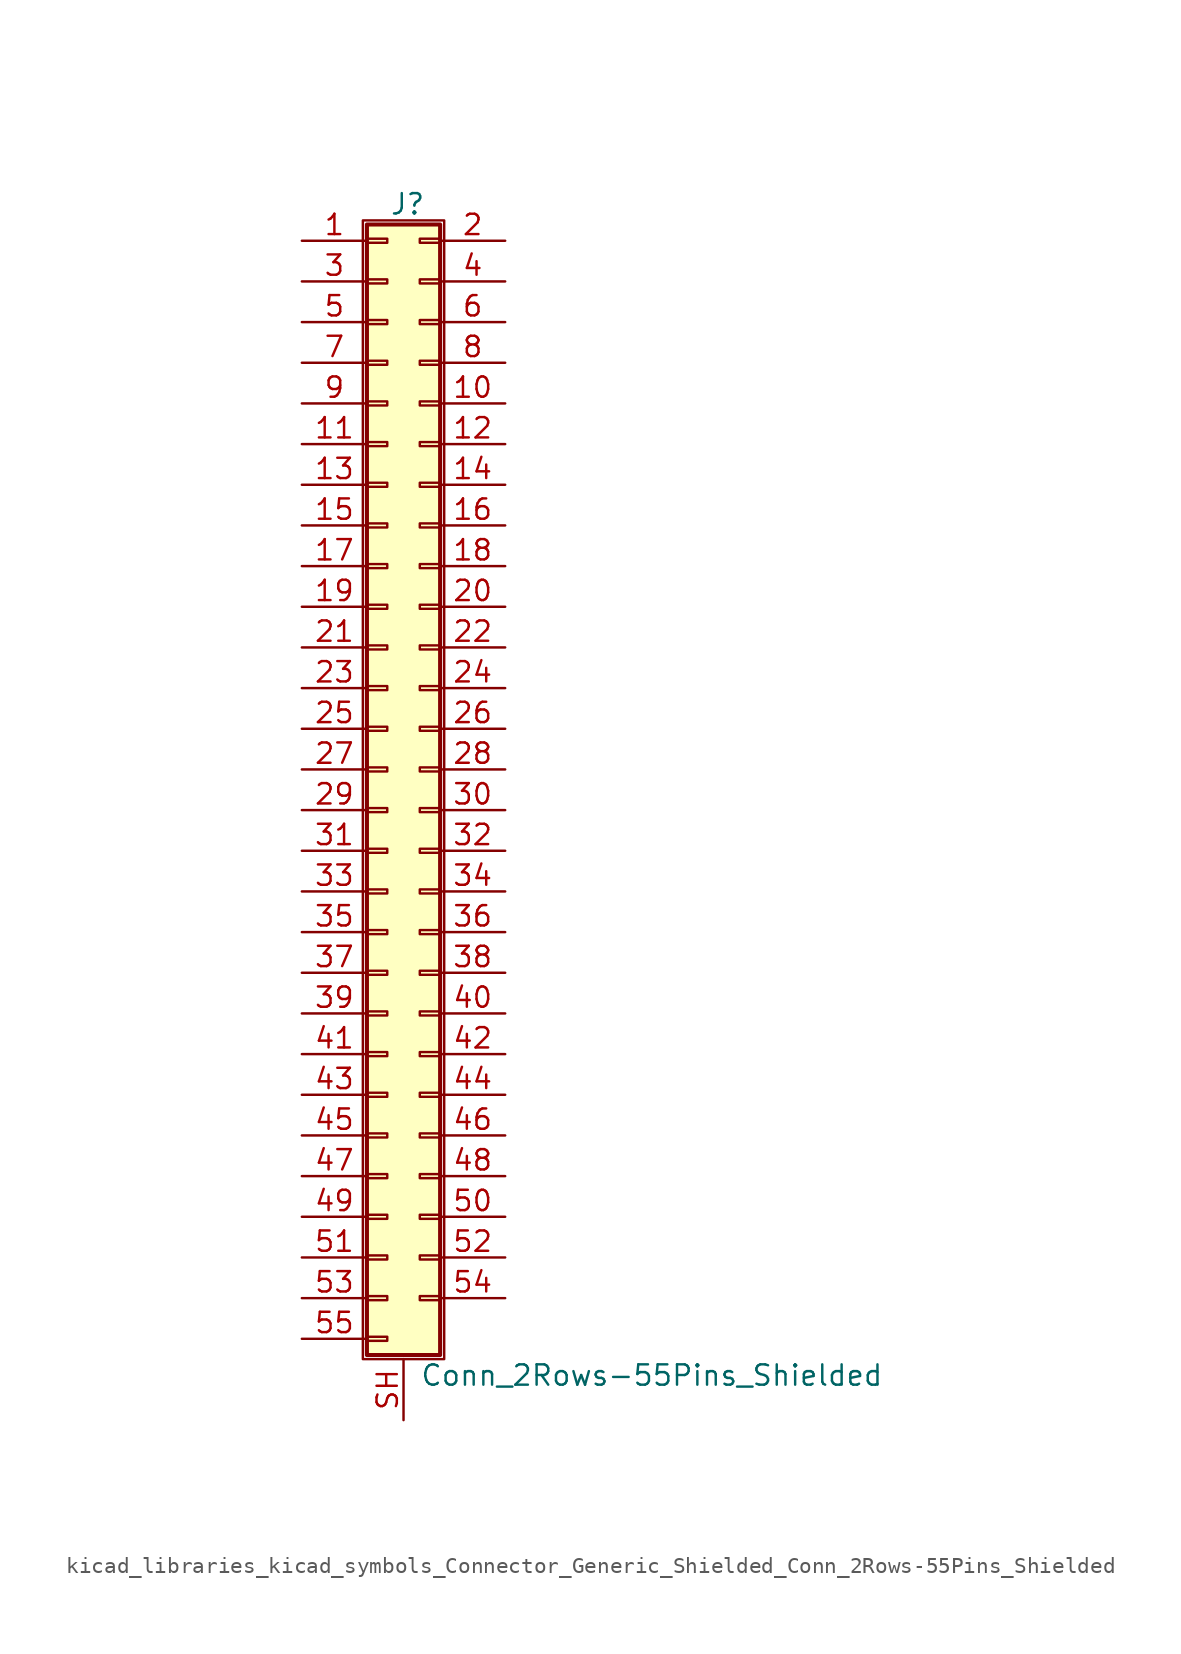
<source format=kicad_sym>
(kicad_symbol_lib
  (version 20220914)
  (generator kicad_symbol_editor)
  (symbol "kicad_libraries_kicad_symbols_Connector_Generic_Shielded_Conn_2Rows-55Pins_Shielded"
    (pin_names
      (offset 1.016) hide)
    (property "Reference" "J"
      (at 1.524 35.306 0)
      (effects (font (size 1.27 1.27))))
    (property "Value" "Conn_2Rows-55Pins_Shielded"
      (at 2.286 -37.846 0)
      (effects (font (size 1.27 1.27)) (justify left)))
    (symbol "kicad_libraries_kicad_symbols_Connector_Generic_Shielded_Conn_2Rows-55Pins_Shielded_1_1"
      (rectangle (start -1.27 34.29) (end 3.81 -36.83) (stroke (width 0.152) (type default)) (fill (type none)))
      (rectangle (start -1.016 -35.433) (end 0.254 -35.687) (stroke (width 0.152) (type default)) (fill (type none)))
      (rectangle (start -1.016 -32.893) (end 0.254 -33.147) (stroke (width 0.152) (type default)) (fill (type none)))
      (rectangle (start -1.016 -30.353) (end 0.254 -30.607) (stroke (width 0.152) (type default)) (fill (type none)))
      (rectangle (start -1.016 -27.813) (end 0.254 -28.067) (stroke (width 0.152) (type default)) (fill (type none)))
      (rectangle (start -1.016 -25.273) (end 0.254 -25.527) (stroke (width 0.152) (type default)) (fill (type none)))
      (rectangle (start -1.016 -22.733) (end 0.254 -22.987) (stroke (width 0.152) (type default)) (fill (type none)))
      (rectangle (start -1.016 -20.193) (end 0.254 -20.447) (stroke (width 0.152) (type default)) (fill (type none)))
      (rectangle (start -1.016 -17.653) (end 0.254 -17.907) (stroke (width 0.152) (type default)) (fill (type none)))
      (rectangle (start -1.016 -15.113) (end 0.254 -15.367) (stroke (width 0.152) (type default)) (fill (type none)))
      (rectangle (start -1.016 -12.573) (end 0.254 -12.827) (stroke (width 0.152) (type default)) (fill (type none)))
      (rectangle (start -1.016 -10.033) (end 0.254 -10.287) (stroke (width 0.152) (type default)) (fill (type none)))
      (rectangle (start -1.016 -7.493) (end 0.254 -7.747) (stroke (width 0.152) (type default)) (fill (type none)))
      (rectangle (start -1.016 -4.953) (end 0.254 -5.207) (stroke (width 0.152) (type default)) (fill (type none)))
      (rectangle (start -1.016 -2.413) (end 0.254 -2.667) (stroke (width 0.152) (type default)) (fill (type none)))
      (rectangle (start -1.016 0.127) (end 0.254 -0.127) (stroke (width 0.152) (type default)) (fill (type none)))
      (rectangle (start -1.016 2.667) (end 0.254 2.413) (stroke (width 0.152) (type default)) (fill (type none)))
      (rectangle (start -1.016 5.207) (end 0.254 4.953) (stroke (width 0.152) (type default)) (fill (type none)))
      (rectangle (start -1.016 7.747) (end 0.254 7.493) (stroke (width 0.152) (type default)) (fill (type none)))
      (rectangle (start -1.016 10.287) (end 0.254 10.033) (stroke (width 0.152) (type default)) (fill (type none)))
      (rectangle (start -1.016 12.827) (end 0.254 12.573) (stroke (width 0.152) (type default)) (fill (type none)))
      (rectangle (start -1.016 15.367) (end 0.254 15.113) (stroke (width 0.152) (type default)) (fill (type none)))
      (rectangle (start -1.016 17.907) (end 0.254 17.653) (stroke (width 0.152) (type default)) (fill (type none)))
      (rectangle (start -1.016 20.447) (end 0.254 20.193) (stroke (width 0.152) (type default)) (fill (type none)))
      (rectangle (start -1.016 22.987) (end 0.254 22.733) (stroke (width 0.152) (type default)) (fill (type none)))
      (rectangle (start -1.016 25.527) (end 0.254 25.273) (stroke (width 0.152) (type default)) (fill (type none)))
      (rectangle (start -1.016 28.067) (end 0.254 27.813) (stroke (width 0.152) (type default)) (fill (type none)))
      (rectangle (start -1.016 30.607) (end 0.254 30.353) (stroke (width 0.152) (type default)) (fill (type none)))
      (rectangle (start -1.016 33.147) (end 0.254 32.893) (stroke (width 0.152) (type default)) (fill (type none)))
      (rectangle (start -1.016 34.036) (end 3.556 -36.576) (stroke (width 0.254) (type default)) (fill (type background)))
      (rectangle (start 3.556 -32.893) (end 2.286 -33.147) (stroke (width 0.152) (type default)) (fill (type none)))
      (rectangle (start 3.556 -30.353) (end 2.286 -30.607) (stroke (width 0.152) (type default)) (fill (type none)))
      (rectangle (start 3.556 -27.813) (end 2.286 -28.067) (stroke (width 0.152) (type default)) (fill (type none)))
      (rectangle (start 3.556 -25.273) (end 2.286 -25.527) (stroke (width 0.152) (type default)) (fill (type none)))
      (rectangle (start 3.556 -22.733) (end 2.286 -22.987) (stroke (width 0.152) (type default)) (fill (type none)))
      (rectangle (start 3.556 -20.193) (end 2.286 -20.447) (stroke (width 0.152) (type default)) (fill (type none)))
      (rectangle (start 3.556 -17.653) (end 2.286 -17.907) (stroke (width 0.152) (type default)) (fill (type none)))
      (rectangle (start 3.556 -15.113) (end 2.286 -15.367) (stroke (width 0.152) (type default)) (fill (type none)))
      (rectangle (start 3.556 -12.573) (end 2.286 -12.827) (stroke (width 0.152) (type default)) (fill (type none)))
      (rectangle (start 3.556 -10.033) (end 2.286 -10.287) (stroke (width 0.152) (type default)) (fill (type none)))
      (rectangle (start 3.556 -7.493) (end 2.286 -7.747) (stroke (width 0.152) (type default)) (fill (type none)))
      (rectangle (start 3.556 -4.953) (end 2.286 -5.207) (stroke (width 0.152) (type default)) (fill (type none)))
      (rectangle (start 3.556 -2.413) (end 2.286 -2.667) (stroke (width 0.152) (type default)) (fill (type none)))
      (rectangle (start 3.556 0.127) (end 2.286 -0.127) (stroke (width 0.152) (type default)) (fill (type none)))
      (rectangle (start 3.556 2.667) (end 2.286 2.413) (stroke (width 0.152) (type default)) (fill (type none)))
      (rectangle (start 3.556 5.207) (end 2.286 4.953) (stroke (width 0.152) (type default)) (fill (type none)))
      (rectangle (start 3.556 7.747) (end 2.286 7.493) (stroke (width 0.152) (type default)) (fill (type none)))
      (rectangle (start 3.556 10.287) (end 2.286 10.033) (stroke (width 0.152) (type default)) (fill (type none)))
      (rectangle (start 3.556 12.827) (end 2.286 12.573) (stroke (width 0.152) (type default)) (fill (type none)))
      (rectangle (start 3.556 15.367) (end 2.286 15.113) (stroke (width 0.152) (type default)) (fill (type none)))
      (rectangle (start 3.556 17.907) (end 2.286 17.653) (stroke (width 0.152) (type default)) (fill (type none)))
      (rectangle (start 3.556 20.447) (end 2.286 20.193) (stroke (width 0.152) (type default)) (fill (type none)))
      (rectangle (start 3.556 22.987) (end 2.286 22.733) (stroke (width 0.152) (type default)) (fill (type none)))
      (rectangle (start 3.556 25.527) (end 2.286 25.273) (stroke (width 0.152) (type default)) (fill (type none)))
      (rectangle (start 3.556 28.067) (end 2.286 27.813) (stroke (width 0.152) (type default)) (fill (type none)))
      (rectangle (start 3.556 30.607) (end 2.286 30.353) (stroke (width 0.152) (type default)) (fill (type none)))
      (rectangle (start 3.556 33.147) (end 2.286 32.893) (stroke (width 0.152) (type default)) (fill (type none)))
      (pin passive line (at -5.08 33.02 0) (length 4.064) (name "Pin_1" (effects (font (size 1.27 1.27)))) (number "1" (effects (font (size 1.27 1.27)))))
      (pin passive line (at 7.62 22.86 180) (length 4.064) (name "Pin_10" (effects (font (size 1.27 1.27)))) (number "10" (effects (font (size 1.27 1.27)))))
      (pin passive line (at -5.08 20.32 0) (length 4.064) (name "Pin_11" (effects (font (size 1.27 1.27)))) (number "11" (effects (font (size 1.27 1.27)))))
      (pin passive line (at 7.62 20.32 180) (length 4.064) (name "Pin_12" (effects (font (size 1.27 1.27)))) (number "12" (effects (font (size 1.27 1.27)))))
      (pin passive line (at -5.08 17.78 0) (length 4.064) (name "Pin_13" (effects (font (size 1.27 1.27)))) (number "13" (effects (font (size 1.27 1.27)))))
      (pin passive line (at 7.62 17.78 180) (length 4.064) (name "Pin_14" (effects (font (size 1.27 1.27)))) (number "14" (effects (font (size 1.27 1.27)))))
      (pin passive line (at -5.08 15.24 0) (length 4.064) (name "Pin_15" (effects (font (size 1.27 1.27)))) (number "15" (effects (font (size 1.27 1.27)))))
      (pin passive line (at 7.62 15.24 180) (length 4.064) (name "Pin_16" (effects (font (size 1.27 1.27)))) (number "16" (effects (font (size 1.27 1.27)))))
      (pin passive line (at -5.08 12.7 0) (length 4.064) (name "Pin_17" (effects (font (size 1.27 1.27)))) (number "17" (effects (font (size 1.27 1.27)))))
      (pin passive line (at 7.62 12.7 180) (length 4.064) (name "Pin_18" (effects (font (size 1.27 1.27)))) (number "18" (effects (font (size 1.27 1.27)))))
      (pin passive line (at -5.08 10.16 0) (length 4.064) (name "Pin_19" (effects (font (size 1.27 1.27)))) (number "19" (effects (font (size 1.27 1.27)))))
      (pin passive line (at 7.62 33.02 180) (length 4.064) (name "Pin_2" (effects (font (size 1.27 1.27)))) (number "2" (effects (font (size 1.27 1.27)))))
      (pin passive line (at 7.62 10.16 180) (length 4.064) (name "Pin_20" (effects (font (size 1.27 1.27)))) (number "20" (effects (font (size 1.27 1.27)))))
      (pin passive line (at -5.08 7.62 0) (length 4.064) (name "Pin_21" (effects (font (size 1.27 1.27)))) (number "21" (effects (font (size 1.27 1.27)))))
      (pin passive line (at 7.62 7.62 180) (length 4.064) (name "Pin_22" (effects (font (size 1.27 1.27)))) (number "22" (effects (font (size 1.27 1.27)))))
      (pin passive line (at -5.08 5.08 0) (length 4.064) (name "Pin_23" (effects (font (size 1.27 1.27)))) (number "23" (effects (font (size 1.27 1.27)))))
      (pin passive line (at 7.62 5.08 180) (length 4.064) (name "Pin_24" (effects (font (size 1.27 1.27)))) (number "24" (effects (font (size 1.27 1.27)))))
      (pin passive line (at -5.08 2.54 0) (length 4.064) (name "Pin_25" (effects (font (size 1.27 1.27)))) (number "25" (effects (font (size 1.27 1.27)))))
      (pin passive line (at 7.62 2.54 180) (length 4.064) (name "Pin_26" (effects (font (size 1.27 1.27)))) (number "26" (effects (font (size 1.27 1.27)))))
      (pin passive line (at -5.08 0 0) (length 4.064) (name "Pin_27" (effects (font (size 1.27 1.27)))) (number "27" (effects (font (size 1.27 1.27)))))
      (pin passive line (at 7.62 0 180) (length 4.064) (name "Pin_28" (effects (font (size 1.27 1.27)))) (number "28" (effects (font (size 1.27 1.27)))))
      (pin passive line (at -5.08 -2.54 0) (length 4.064) (name "Pin_29" (effects (font (size 1.27 1.27)))) (number "29" (effects (font (size 1.27 1.27)))))
      (pin passive line (at -5.08 30.48 0) (length 4.064) (name "Pin_3" (effects (font (size 1.27 1.27)))) (number "3" (effects (font (size 1.27 1.27)))))
      (pin passive line (at 7.62 -2.54 180) (length 4.064) (name "Pin_30" (effects (font (size 1.27 1.27)))) (number "30" (effects (font (size 1.27 1.27)))))
      (pin passive line (at -5.08 -5.08 0) (length 4.064) (name "Pin_31" (effects (font (size 1.27 1.27)))) (number "31" (effects (font (size 1.27 1.27)))))
      (pin passive line (at 7.62 -5.08 180) (length 4.064) (name "Pin_32" (effects (font (size 1.27 1.27)))) (number "32" (effects (font (size 1.27 1.27)))))
      (pin passive line (at -5.08 -7.62 0) (length 4.064) (name "Pin_33" (effects (font (size 1.27 1.27)))) (number "33" (effects (font (size 1.27 1.27)))))
      (pin passive line (at 7.62 -7.62 180) (length 4.064) (name "Pin_34" (effects (font (size 1.27 1.27)))) (number "34" (effects (font (size 1.27 1.27)))))
      (pin passive line (at -5.08 -10.16 0) (length 4.064) (name "Pin_35" (effects (font (size 1.27 1.27)))) (number "35" (effects (font (size 1.27 1.27)))))
      (pin passive line (at 7.62 -10.16 180) (length 4.064) (name "Pin_36" (effects (font (size 1.27 1.27)))) (number "36" (effects (font (size 1.27 1.27)))))
      (pin passive line (at -5.08 -12.7 0) (length 4.064) (name "Pin_37" (effects (font (size 1.27 1.27)))) (number "37" (effects (font (size 1.27 1.27)))))
      (pin passive line (at 7.62 -12.7 180) (length 4.064) (name "Pin_38" (effects (font (size 1.27 1.27)))) (number "38" (effects (font (size 1.27 1.27)))))
      (pin passive line (at -5.08 -15.24 0) (length 4.064) (name "Pin_39" (effects (font (size 1.27 1.27)))) (number "39" (effects (font (size 1.27 1.27)))))
      (pin passive line (at 7.62 30.48 180) (length 4.064) (name "Pin_4" (effects (font (size 1.27 1.27)))) (number "4" (effects (font (size 1.27 1.27)))))
      (pin passive line (at 7.62 -15.24 180) (length 4.064) (name "Pin_40" (effects (font (size 1.27 1.27)))) (number "40" (effects (font (size 1.27 1.27)))))
      (pin passive line (at -5.08 -17.78 0) (length 4.064) (name "Pin_41" (effects (font (size 1.27 1.27)))) (number "41" (effects (font (size 1.27 1.27)))))
      (pin passive line (at 7.62 -17.78 180) (length 4.064) (name "Pin_42" (effects (font (size 1.27 1.27)))) (number "42" (effects (font (size 1.27 1.27)))))
      (pin passive line (at -5.08 -20.32 0) (length 4.064) (name "Pin_43" (effects (font (size 1.27 1.27)))) (number "43" (effects (font (size 1.27 1.27)))))
      (pin passive line (at 7.62 -20.32 180) (length 4.064) (name "Pin_44" (effects (font (size 1.27 1.27)))) (number "44" (effects (font (size 1.27 1.27)))))
      (pin passive line (at -5.08 -22.86 0) (length 4.064) (name "Pin_45" (effects (font (size 1.27 1.27)))) (number "45" (effects (font (size 1.27 1.27)))))
      (pin passive line (at 7.62 -22.86 180) (length 4.064) (name "Pin_46" (effects (font (size 1.27 1.27)))) (number "46" (effects (font (size 1.27 1.27)))))
      (pin passive line (at -5.08 -25.4 0) (length 4.064) (name "Pin_47" (effects (font (size 1.27 1.27)))) (number "47" (effects (font (size 1.27 1.27)))))
      (pin passive line (at 7.62 -25.4 180) (length 4.064) (name "Pin_48" (effects (font (size 1.27 1.27)))) (number "48" (effects (font (size 1.27 1.27)))))
      (pin passive line (at -5.08 -27.94 0) (length 4.064) (name "Pin_49" (effects (font (size 1.27 1.27)))) (number "49" (effects (font (size 1.27 1.27)))))
      (pin passive line (at -5.08 27.94 0) (length 4.064) (name "Pin_5" (effects (font (size 1.27 1.27)))) (number "5" (effects (font (size 1.27 1.27)))))
      (pin passive line (at 7.62 -27.94 180) (length 4.064) (name "Pin_50" (effects (font (size 1.27 1.27)))) (number "50" (effects (font (size 1.27 1.27)))))
      (pin passive line (at -5.08 -30.48 0) (length 4.064) (name "Pin_51" (effects (font (size 1.27 1.27)))) (number "51" (effects (font (size 1.27 1.27)))))
      (pin passive line (at 7.62 -30.48 180) (length 4.064) (name "Pin_52" (effects (font (size 1.27 1.27)))) (number "52" (effects (font (size 1.27 1.27)))))
      (pin passive line (at -5.08 -33.02 0) (length 4.064) (name "Pin_53" (effects (font (size 1.27 1.27)))) (number "53" (effects (font (size 1.27 1.27)))))
      (pin passive line (at 7.62 -33.02 180) (length 4.064) (name "Pin_54" (effects (font (size 1.27 1.27)))) (number "54" (effects (font (size 1.27 1.27)))))
      (pin passive line (at -5.08 -35.56 0) (length 4.064) (name "Pin_55" (effects (font (size 1.27 1.27)))) (number "55" (effects (font (size 1.27 1.27)))))
      (pin passive line (at 7.62 27.94 180) (length 4.064) (name "Pin_6" (effects (font (size 1.27 1.27)))) (number "6" (effects (font (size 1.27 1.27)))))
      (pin passive line (at -5.08 25.4 0) (length 4.064) (name "Pin_7" (effects (font (size 1.27 1.27)))) (number "7" (effects (font (size 1.27 1.27)))))
      (pin passive line (at 7.62 25.4 180) (length 4.064) (name "Pin_8" (effects (font (size 1.27 1.27)))) (number "8" (effects (font (size 1.27 1.27)))))
      (pin passive line (at -5.08 22.86 0) (length 4.064) (name "Pin_9" (effects (font (size 1.27 1.27)))) (number "9" (effects (font (size 1.27 1.27)))))
      (pin passive line (at 1.27 -40.64 90) (length 3.81) (name "Shield" (effects (font (size 1.27 1.27)))) (number "SH" (effects (font (size 1.27 1.27))))))))
</source>
